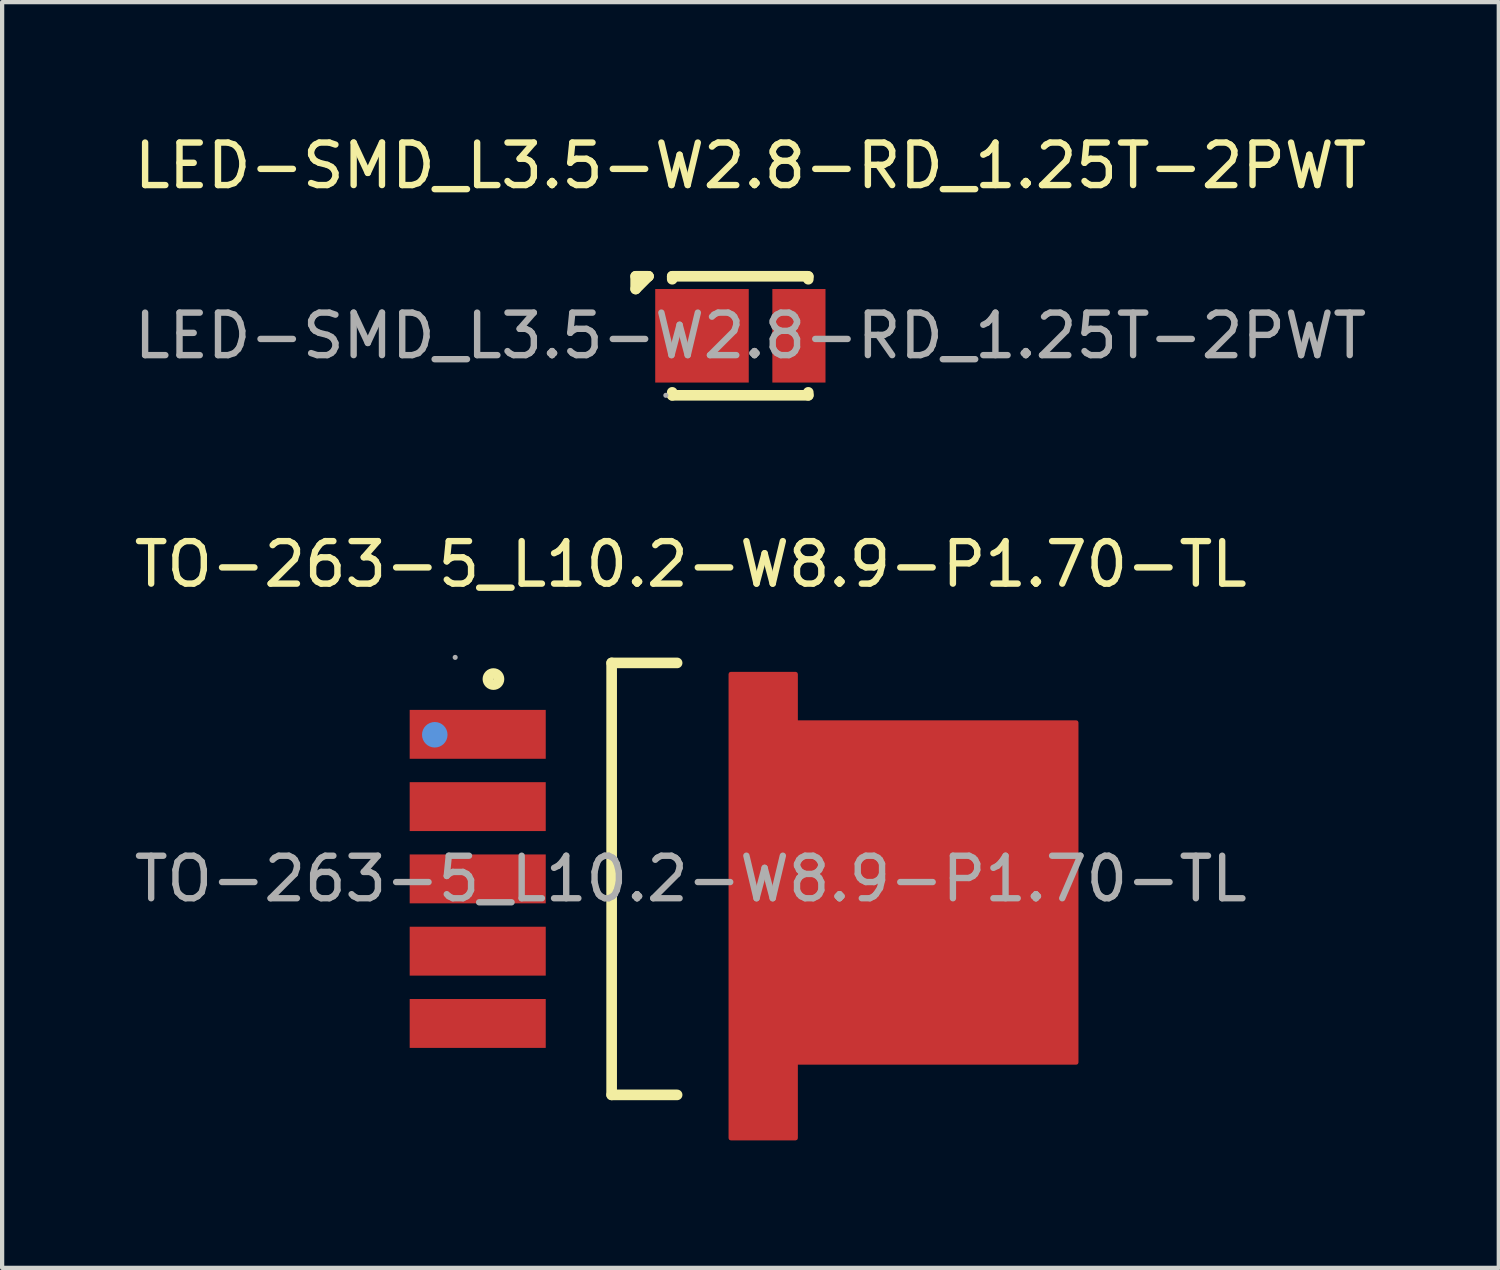
<source format=kicad_pcb>
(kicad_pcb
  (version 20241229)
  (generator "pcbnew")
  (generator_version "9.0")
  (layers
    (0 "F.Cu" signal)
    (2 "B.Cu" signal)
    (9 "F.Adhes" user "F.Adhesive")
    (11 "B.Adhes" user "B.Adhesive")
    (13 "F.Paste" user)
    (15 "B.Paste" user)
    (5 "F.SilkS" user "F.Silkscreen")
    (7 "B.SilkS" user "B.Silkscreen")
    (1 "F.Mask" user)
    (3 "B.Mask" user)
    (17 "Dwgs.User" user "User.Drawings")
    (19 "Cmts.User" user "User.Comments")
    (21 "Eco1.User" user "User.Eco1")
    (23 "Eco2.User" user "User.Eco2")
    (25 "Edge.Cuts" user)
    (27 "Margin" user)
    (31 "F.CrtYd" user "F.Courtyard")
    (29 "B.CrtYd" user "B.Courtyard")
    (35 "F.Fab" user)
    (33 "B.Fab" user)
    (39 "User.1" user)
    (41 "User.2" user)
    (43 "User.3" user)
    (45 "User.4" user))
  (footprint "TO-263-5_L10.2-W8.9-P1.70-TL"
    (layer "F.Cu")
    (at 13.196 17.622)
    (property "Reference" "TO-263-5_L10.2-W8.9-P1.70-TL" (at 0 -7.4 0) (layer "F.SilkS") (effects (font (size 1 1) (thickness 0.15))))
    (attr smd)
    (fp_line (start -1.86 -5.08) (end -0.32 -5.08) (stroke (width 0.25) (type solid)) (layer "F.SilkS"))
    (fp_line (start -1.86 5.08) (end -1.86 -5.08) (stroke (width 0.25) (type solid)) (layer "F.SilkS"))
    (fp_line (start -0.32 5.08) (end -1.86 5.08) (stroke (width 0.25) (type solid)) (layer "F.SilkS"))
    (fp_circle (center -4.64 -4.7) (end -4.51 -4.7) (stroke (width 0.25) (type solid)) (fill no) (layer "F.SilkS"))
    (fp_circle (center -6.02 -3.39) (end -5.87 -3.39) (stroke (width 0.3) (type solid)) (fill no) (layer "Cmts.User"))
    (fp_circle (center -5.54 -5.21) (end -5.51 -5.21) (stroke (width 0.06) (type solid)) (fill no) (layer "F.Fab"))
    (fp_text user "${REFERENCE}" (at 0 0 0) (layer "F.Fab") (effects (font (size 1 1) (thickness 0.15))))
    (pad "1" smd rect (at -5.01 -3.4 180) (size 3.2 1.15) (layers "F.Cu" "F.Mask" "F.Paste"))
    (pad "2" smd rect (at -5.01 -1.7 180) (size 3.2 1.15) (layers "F.Cu" "F.Mask" "F.Paste"))
    (pad "3" smd rect (at -5.01 0 180) (size 3.2 1.15) (layers "F.Cu" "F.Mask" "F.Paste"))
    (pad "4" smd rect (at -5.01 1.7 180) (size 3.2 1.15) (layers "F.Cu" "F.Mask" "F.Paste"))
    (pad "5" smd rect (at -5.01 3.4 180) (size 3.2 1.15) (layers "F.Cu" "F.Mask" "F.Paste"))
    (pad "6" smd custom (at 5.01 0.32 180) (size 0.01 0.01) (layers "F.Cu" "F.Mask" "F.Paste") (options (anchor circle)) (primitives (gr_poly (pts (xy -4.06 -4) (xy 2.54 -4) (xy 2.54 -5.78) (xy 4.07 -5.78) (xy 4.07 5.14) (xy 2.54 5.14) (xy 2.54 4) (xy -4.06 4)) (width 0.1) (fill yes)))))
  (footprint "LED-SMD_L3.5-W2.8-RD_1.25T-2PWT"
    (layer "F.Cu")
    (at 14.601 4.848)
    (property "Reference" "LED-SMD_L3.5-W2.8-RD_1.25T-2PWT" (at 0 -4 0) (layer "F.SilkS") (effects (font (size 1 1) (thickness 0.15))))
    (attr smd)
    (fp_line (start -2.7 -1.4) (end -2.7 -1.1) (stroke (width 0.25) (type solid)) (layer "F.SilkS"))
    (fp_line (start -2.4 -1.4) (end -2.7 -1.4) (stroke (width 0.25) (type solid)) (layer "F.SilkS"))
    (fp_line (start -2.4 -1.4) (end -2.7 -1.1) (stroke (width 0.25) (type solid)) (layer "F.SilkS"))
    (fp_line (start -2.4 -1.4) (end -2.4 -1.4) (stroke (width 0.25) (type solid)) (layer "F.SilkS"))
    (fp_line (start -1.84 -1.4) (end -1.84 -1.33) (stroke (width 0.25) (type solid)) (layer "F.SilkS"))
    (fp_line (start -1.84 1.33) (end -1.84 1.4) (stroke (width 0.25) (type solid)) (layer "F.SilkS"))
    (fp_line (start -1.84 1.4) (end 1.36 1.4) (stroke (width 0.25) (type solid)) (layer "F.SilkS"))
    (fp_line (start 1.36 -1.4) (end -1.84 -1.4) (stroke (width 0.25) (type solid)) (layer "F.SilkS"))
    (fp_line (start 1.36 -1.33) (end 1.36 -1.39) (stroke (width 0.25) (type solid)) (layer "F.SilkS"))
    (fp_line (start 1.36 1.4) (end 1.36 1.33) (stroke (width 0.25) (type solid)) (layer "F.SilkS"))
    (fp_circle (center -1.99 1.4) (end -1.96 1.4) (stroke (width 0.06) (type solid)) (fill no) (layer "F.Fab"))
    (fp_text user "${REFERENCE}" (at 0 0 0) (layer "F.Fab") (effects (font (size 1 1) (thickness 0.15))))
    (pad "1" smd rect (at -1.14 0 180) (size 2.2 2.2) (layers "F.Cu" "F.Mask" "F.Paste"))
    (pad "2" smd rect (at 1.14 0 180) (size 1.25 2.2) (layers "F.Cu" "F.Mask" "F.Paste")))
  (gr_rect
    (start -3 -3)
    (end 32.202 26.771)
    (stroke (width 0.1) (type default))
    (fill no)
    (layer "Edge.Cuts")))
</source>
